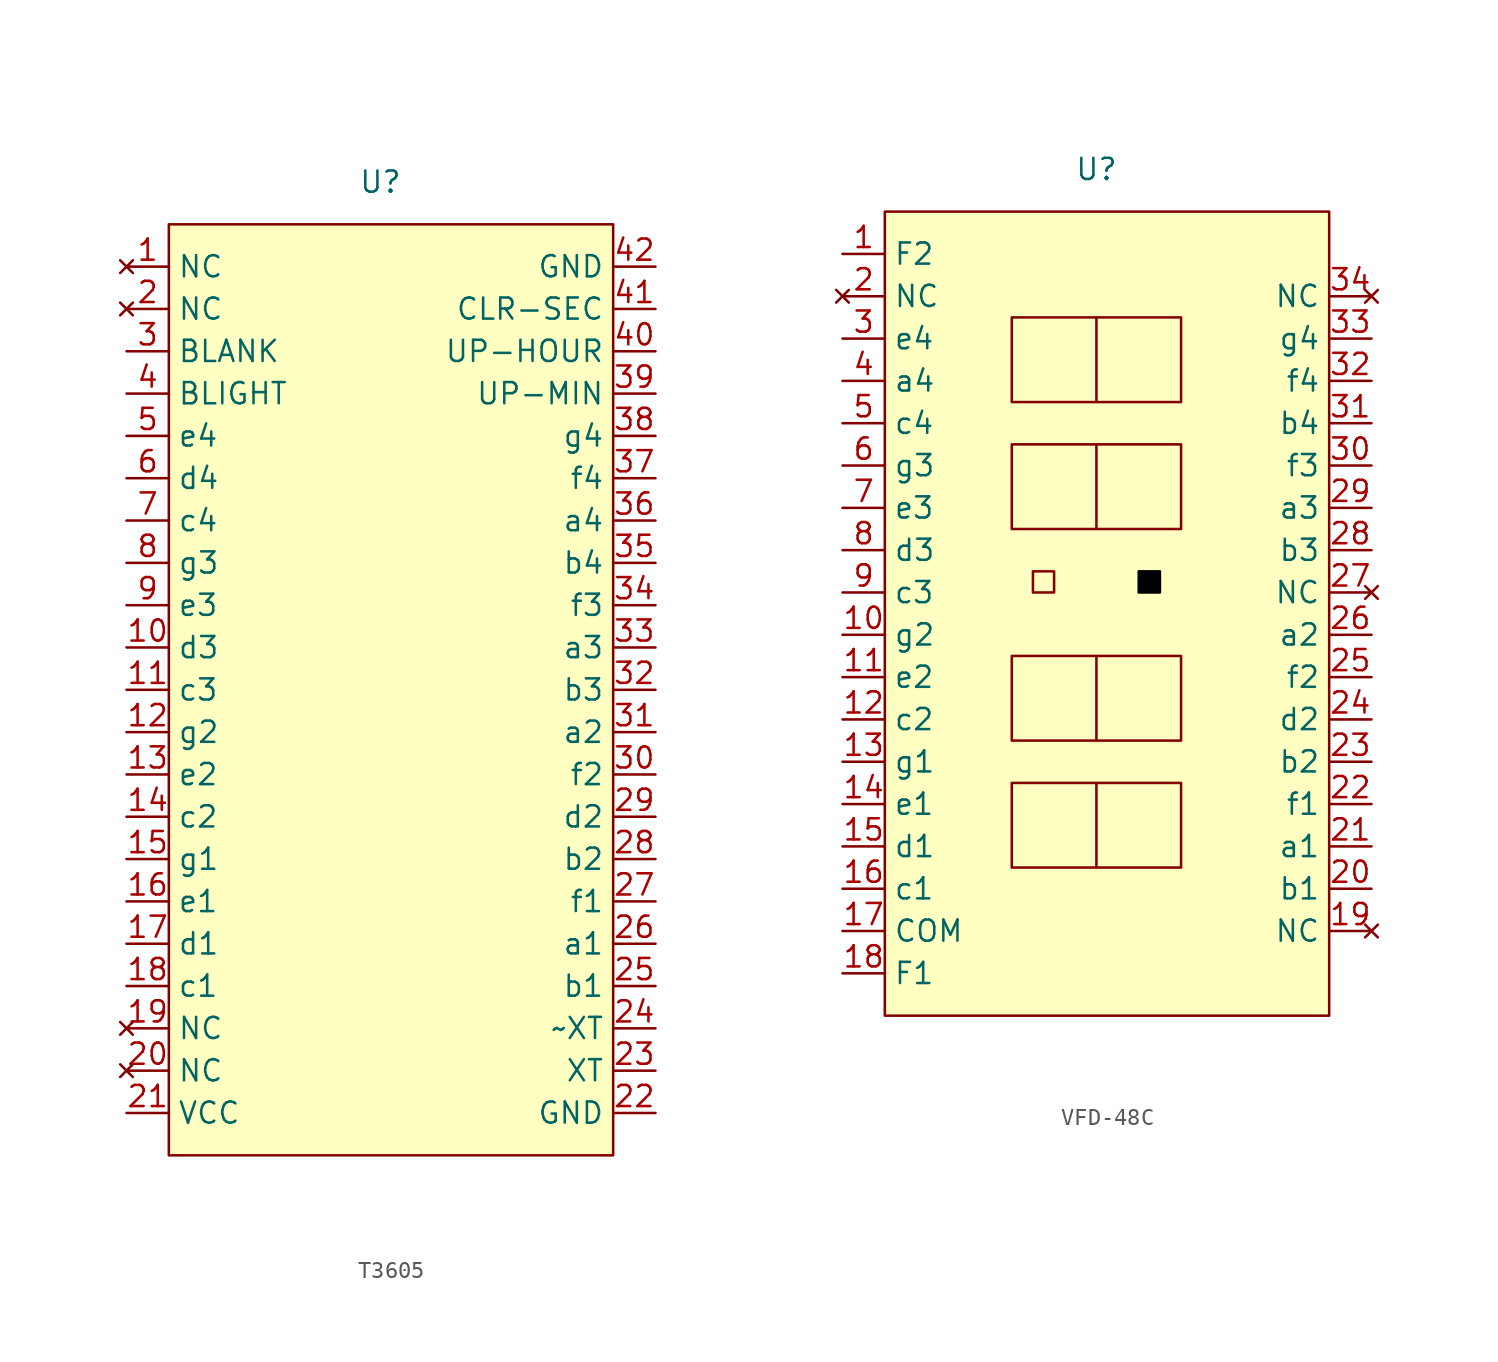
<source format=kicad_sym>
(kicad_symbol_lib
  (version 20231120)
  (generator "kicad_symbol_editor")
  (generator_version "8.0")
  (symbol "T3605"
    (property "Reference" "U"
      (at 0 30.48 0)
      (effects (font (size 1.27 1.27))))
    (property "Value" ""
      (at -15.24 25.4 0)
      (effects (font (size 1.27 1.27))))
    (symbol "T3605_1_0"
      (pin no_connect line (at -15.24 25.4 0) (length 2.54) (name "NC" (effects (font (size 1.27 1.27)))) (number "1" (effects (font (size 1.27 1.27)))))
      (pin output line (at -15.24 2.54 0) (length 2.54) (name "d3" (effects (font (size 1.27 1.27)))) (number "10" (effects (font (size 1.27 1.27)))))
      (pin output line (at -15.24 0 0) (length 2.54) (name "c3" (effects (font (size 1.27 1.27)))) (number "11" (effects (font (size 1.27 1.27)))))
      (pin output line (at -15.24 -2.54 0) (length 2.54) (name "g2" (effects (font (size 1.27 1.27)))) (number "12" (effects (font (size 1.27 1.27)))))
      (pin output line (at -15.24 -5.08 0) (length 2.54) (name "e2" (effects (font (size 1.27 1.27)))) (number "13" (effects (font (size 1.27 1.27)))))
      (pin output line (at -15.24 -7.62 0) (length 2.54) (name "c2" (effects (font (size 1.27 1.27)))) (number "14" (effects (font (size 1.27 1.27)))))
      (pin output line (at -15.24 -10.16 0) (length 2.54) (name "g1" (effects (font (size 1.27 1.27)))) (number "15" (effects (font (size 1.27 1.27)))))
      (pin output line (at -15.24 -12.7 0) (length 2.54) (name "e1" (effects (font (size 1.27 1.27)))) (number "16" (effects (font (size 1.27 1.27)))))
      (pin output line (at -15.24 -15.24 0) (length 2.54) (name "d1" (effects (font (size 1.27 1.27)))) (number "17" (effects (font (size 1.27 1.27)))))
      (pin output line (at -15.24 -17.78 0) (length 2.54) (name "c1" (effects (font (size 1.27 1.27)))) (number "18" (effects (font (size 1.27 1.27)))))
      (pin no_connect line (at -15.24 -20.32 0) (length 2.54) (name "NC" (effects (font (size 1.27 1.27)))) (number "19" (effects (font (size 1.27 1.27)))))
      (pin no_connect line (at -15.24 22.86 0) (length 2.54) (name "NC" (effects (font (size 1.27 1.27)))) (number "2" (effects (font (size 1.27 1.27)))))
      (pin no_connect line (at -15.24 -22.86 0) (length 2.54) (name "NC" (effects (font (size 1.27 1.27)))) (number "20" (effects (font (size 1.27 1.27)))))
      (pin power_in line (at -15.24 -25.4 0) (length 2.54) (name "VCC" (effects (font (size 1.27 1.27)))) (number "21" (effects (font (size 1.27 1.27)))))
      (pin power_in line (at 16.51 -25.4 180) (length 2.54) (name "GND" (effects (font (size 1.27 1.27)))) (number "22" (effects (font (size 1.27 1.27)))))
      (pin passive line (at 16.51 -22.86 180) (length 2.54) (name "XT" (effects (font (size 1.27 1.27)))) (number "23" (effects (font (size 1.27 1.27)))))
      (pin passive line (at 16.51 -20.32 180) (length 2.54) (name "~XT" (effects (font (size 1.27 1.27)))) (number "24" (effects (font (size 1.27 1.27)))))
      (pin output line (at 16.51 -17.78 180) (length 2.54) (name "b1" (effects (font (size 1.27 1.27)))) (number "25" (effects (font (size 1.27 1.27)))))
      (pin output line (at 16.51 -15.24 180) (length 2.54) (name "a1" (effects (font (size 1.27 1.27)))) (number "26" (effects (font (size 1.27 1.27)))))
      (pin output line (at 16.51 -12.7 180) (length 2.54) (name "f1" (effects (font (size 1.27 1.27)))) (number "27" (effects (font (size 1.27 1.27)))))
      (pin output line (at 16.51 -10.16 180) (length 2.54) (name "b2" (effects (font (size 1.27 1.27)))) (number "28" (effects (font (size 1.27 1.27)))))
      (pin output line (at 16.51 -7.62 180) (length 2.54) (name "d2" (effects (font (size 1.27 1.27)))) (number "29" (effects (font (size 1.27 1.27)))))
      (pin input line (at -15.24 20.32 0) (length 2.54) (name "BLANK" (effects (font (size 1.27 1.27)))) (number "3" (effects (font (size 1.27 1.27)))))
      (pin output line (at 16.51 -5.08 180) (length 2.54) (name "f2" (effects (font (size 1.27 1.27)))) (number "30" (effects (font (size 1.27 1.27)))))
      (pin output line (at 16.51 -2.54 180) (length 2.54) (name "a2" (effects (font (size 1.27 1.27)))) (number "31" (effects (font (size 1.27 1.27)))))
      (pin output line (at 16.51 0 180) (length 2.54) (name "b3" (effects (font (size 1.27 1.27)))) (number "32" (effects (font (size 1.27 1.27)))))
      (pin output line (at 16.51 2.54 180) (length 2.54) (name "a3" (effects (font (size 1.27 1.27)))) (number "33" (effects (font (size 1.27 1.27)))))
      (pin output line (at 16.51 5.08 180) (length 2.54) (name "f3" (effects (font (size 1.27 1.27)))) (number "34" (effects (font (size 1.27 1.27)))))
      (pin output line (at 16.51 7.62 180) (length 2.54) (name "b4" (effects (font (size 1.27 1.27)))) (number "35" (effects (font (size 1.27 1.27)))))
      (pin output line (at 16.51 10.16 180) (length 2.54) (name "a4" (effects (font (size 1.27 1.27)))) (number "36" (effects (font (size 1.27 1.27)))))
      (pin output line (at 16.51 12.7 180) (length 2.54) (name "f4" (effects (font (size 1.27 1.27)))) (number "37" (effects (font (size 1.27 1.27)))))
      (pin output line (at 16.51 15.24 180) (length 2.54) (name "g4" (effects (font (size 1.27 1.27)))) (number "38" (effects (font (size 1.27 1.27)))))
      (pin input line (at 16.51 17.78 180) (length 2.54) (name "UP-MIN" (effects (font (size 1.27 1.27)))) (number "39" (effects (font (size 1.27 1.27)))))
      (pin input line (at -15.24 17.78 0) (length 2.54) (name "BLIGHT" (effects (font (size 1.27 1.27)))) (number "4" (effects (font (size 1.27 1.27)))))
      (pin input line (at 16.51 20.32 180) (length 2.54) (name "UP-HOUR" (effects (font (size 1.27 1.27)))) (number "40" (effects (font (size 1.27 1.27)))))
      (pin input line (at 16.51 22.86 180) (length 2.54) (name "CLR-SEC" (effects (font (size 1.27 1.27)))) (number "41" (effects (font (size 1.27 1.27)))))
      (pin power_in line (at 16.51 25.4 180) (length 2.54) (name "GND" (effects (font (size 1.27 1.27)))) (number "42" (effects (font (size 1.27 1.27)))))
      (pin output line (at -15.24 15.24 0) (length 2.54) (name "e4" (effects (font (size 1.27 1.27)))) (number "5" (effects (font (size 1.27 1.27)))))
      (pin output line (at -15.24 12.7 0) (length 2.54) (name "d4" (effects (font (size 1.27 1.27)))) (number "6" (effects (font (size 1.27 1.27)))))
      (pin output line (at -15.24 10.16 0) (length 2.54) (name "c4" (effects (font (size 1.27 1.27)))) (number "7" (effects (font (size 1.27 1.27)))))
      (pin output line (at -15.24 7.62 0) (length 2.54) (name "g3" (effects (font (size 1.27 1.27)))) (number "8" (effects (font (size 1.27 1.27)))))
      (pin output line (at -15.24 5.08 0) (length 2.54) (name "e3" (effects (font (size 1.27 1.27)))) (number "9" (effects (font (size 1.27 1.27))))))
    (symbol "T3605_1_1"
      (rectangle (start -12.7 27.94) (end 13.97 -27.94) (stroke (width 0) (type default)) (fill (type background)))))
  (symbol "VFD-48C"
    (property "Reference" "U"
      (at 0 25.4 0)
      (effects (font (size 1.27 1.27))))
    (property "Value" ""
      (at -15.24 20.32 0)
      (effects (font (size 1.27 1.27))))
    (symbol "VFD-48C_0_0"
      (pin input line (at 16.51 -17.78 180) (length 2.54) (name "b1" (effects (font (size 1.27 1.27)))) (number "20" (effects (font (size 1.27 1.27)))))
      (pin input line (at 16.51 -15.24 180) (length 2.54) (name "a1" (effects (font (size 1.27 1.27)))) (number "21" (effects (font (size 1.27 1.27)))))
      (pin input line (at 16.51 -12.7 180) (length 2.54) (name "f1" (effects (font (size 1.27 1.27)))) (number "22" (effects (font (size 1.27 1.27)))))
      (pin input line (at 16.51 -10.16 180) (length 2.54) (name "b2" (effects (font (size 1.27 1.27)))) (number "23" (effects (font (size 1.27 1.27)))))
      (pin input line (at 16.51 -7.62 180) (length 2.54) (name "d2" (effects (font (size 1.27 1.27)))) (number "24" (effects (font (size 1.27 1.27)))))
      (pin input line (at 16.51 -2.54 180) (length 2.54) (name "a2" (effects (font (size 1.27 1.27)))) (number "26" (effects (font (size 1.27 1.27))))))
    (symbol "VFD-48C_0_1"
      (polyline (pts (xy -3.81 1.27) (xy -2.54 1.27) (xy -2.54 0) (xy -3.81 0) (xy -3.81 1.27)) (stroke (width 0) (type default)) (fill (type color) (color 0 0 0 1)))
      (polyline (pts (xy 5.08 -11.43) (xy 5.08 -16.51) (xy -5.08 -16.51) (xy -5.08 -11.43) (xy 5.08 -11.43) (xy 0 -11.43) (xy 0 -16.51)) (stroke (width 0) (type default)) (fill (type none)))
      (polyline (pts (xy 5.08 -3.81) (xy 5.08 -8.89) (xy -5.08 -8.89) (xy -5.08 -3.81) (xy 5.08 -3.81) (xy 0 -3.81) (xy 0 -8.89)) (stroke (width 0) (type default)) (fill (type none)))
      (polyline (pts (xy 5.08 8.89) (xy 5.08 3.81) (xy -5.08 3.81) (xy -5.08 8.89) (xy 5.08 8.89) (xy 0 8.89) (xy 0 3.81)) (stroke (width 0) (type default)) (fill (type none)))
      (polyline (pts (xy 5.08 16.51) (xy 5.08 11.43) (xy -5.08 11.43) (xy -5.08 16.51) (xy 5.08 16.51) (xy 0 16.51) (xy 0 11.43)) (stroke (width 0) (type default)) (fill (type none))))
    (symbol "VFD-48C_1_0"
      (pin power_in line (at -15.24 20.32 0) (length 2.54) (name "F2" (effects (font (size 1.27 1.27)))) (number "1" (effects (font (size 1.27 1.27)))))
      (pin input line (at -15.24 -2.54 0) (length 2.54) (name "g2" (effects (font (size 1.27 1.27)))) (number "10" (effects (font (size 1.27 1.27)))))
      (pin input line (at -15.24 -5.08 0) (length 2.54) (name "e2" (effects (font (size 1.27 1.27)))) (number "11" (effects (font (size 1.27 1.27)))))
      (pin input line (at -15.24 -7.62 0) (length 2.54) (name "c2" (effects (font (size 1.27 1.27)))) (number "12" (effects (font (size 1.27 1.27)))))
      (pin input line (at -15.24 -10.16 0) (length 2.54) (name "g1" (effects (font (size 1.27 1.27)))) (number "13" (effects (font (size 1.27 1.27)))))
      (pin input line (at -15.24 -12.7 0) (length 2.54) (name "e1" (effects (font (size 1.27 1.27)))) (number "14" (effects (font (size 1.27 1.27)))))
      (pin input line (at -15.24 -15.24 0) (length 2.54) (name "d1" (effects (font (size 1.27 1.27)))) (number "15" (effects (font (size 1.27 1.27)))))
      (pin input line (at -15.24 -17.78 0) (length 2.54) (name "c1" (effects (font (size 1.27 1.27)))) (number "16" (effects (font (size 1.27 1.27)))))
      (pin power_in line (at -15.24 -20.32 0) (length 2.54) (name "COM" (effects (font (size 1.27 1.27)))) (number "17" (effects (font (size 1.27 1.27)))))
      (pin power_in line (at -15.24 -22.86 0) (length 2.54) (name "F1" (effects (font (size 1.27 1.27)))) (number "18" (effects (font (size 1.27 1.27)))))
      (pin no_connect line (at 16.51 -20.32 180) (length 2.54) (name "NC" (effects (font (size 1.27 1.27)))) (number "19" (effects (font (size 1.27 1.27)))))
      (pin no_connect line (at -15.24 17.78 0) (length 2.54) (name "NC" (effects (font (size 1.27 1.27)))) (number "2" (effects (font (size 1.27 1.27)))))
      (pin input line (at 16.51 -5.08 180) (length 2.54) (name "f2" (effects (font (size 1.27 1.27)))) (number "25" (effects (font (size 1.27 1.27)))))
      (pin no_connect line (at 16.51 0 180) (length 2.54) (name "NC" (effects (font (size 1.27 1.27)))) (number "27" (effects (font (size 1.27 1.27)))))
      (pin input line (at 16.51 2.54 180) (length 2.54) (name "b3" (effects (font (size 1.27 1.27)))) (number "28" (effects (font (size 1.27 1.27)))))
      (pin input line (at 16.51 5.08 180) (length 2.54) (name "a3" (effects (font (size 1.27 1.27)))) (number "29" (effects (font (size 1.27 1.27)))))
      (pin power_in line (at -15.24 15.24 0) (length 2.54) (name "e4" (effects (font (size 1.27 1.27)))) (number "3" (effects (font (size 1.27 1.27)))))
      (pin input line (at 16.51 7.62 180) (length 2.54) (name "f3" (effects (font (size 1.27 1.27)))) (number "30" (effects (font (size 1.27 1.27)))))
      (pin input line (at 16.51 10.16 180) (length 2.54) (name "b4" (effects (font (size 1.27 1.27)))) (number "31" (effects (font (size 1.27 1.27)))))
      (pin input line (at 16.51 12.7 180) (length 2.54) (name "f4" (effects (font (size 1.27 1.27)))) (number "32" (effects (font (size 1.27 1.27)))))
      (pin input line (at 16.51 15.24 180) (length 2.54) (name "g4" (effects (font (size 1.27 1.27)))) (number "33" (effects (font (size 1.27 1.27)))))
      (pin no_connect line (at 16.51 17.78 180) (length 2.54) (name "NC" (effects (font (size 1.27 1.27)))) (number "34" (effects (font (size 1.27 1.27)))))
      (pin input line (at -15.24 12.7 0) (length 2.54) (name "a4" (effects (font (size 1.27 1.27)))) (number "4" (effects (font (size 1.27 1.27)))))
      (pin input line (at -15.24 10.16 0) (length 2.54) (name "c4" (effects (font (size 1.27 1.27)))) (number "5" (effects (font (size 1.27 1.27)))))
      (pin input line (at -15.24 7.62 0) (length 2.54) (name "g3" (effects (font (size 1.27 1.27)))) (number "6" (effects (font (size 1.27 1.27)))))
      (pin input line (at -15.24 5.08 0) (length 2.54) (name "e3" (effects (font (size 1.27 1.27)))) (number "7" (effects (font (size 1.27 1.27)))))
      (pin input line (at -15.24 2.54 0) (length 2.54) (name "d3" (effects (font (size 1.27 1.27)))) (number "8" (effects (font (size 1.27 1.27)))))
      (pin input line (at -15.24 0 0) (length 2.54) (name "c3" (effects (font (size 1.27 1.27)))) (number "9" (effects (font (size 1.27 1.27))))))
    (symbol "VFD-48C_1_1"
      (rectangle (start -12.7 22.86) (end 13.97 -25.4) (stroke (width 0) (type default)) (fill (type background)))
      (polyline (pts (xy 2.54 1.27) (xy 3.81 1.27) (xy 3.81 0) (xy 2.54 0) (xy 2.54 1.27)) (stroke (width 0) (type default) (color 0 0 0 1)) (fill (type color) (color 0 0 0 1))))))
</source>
